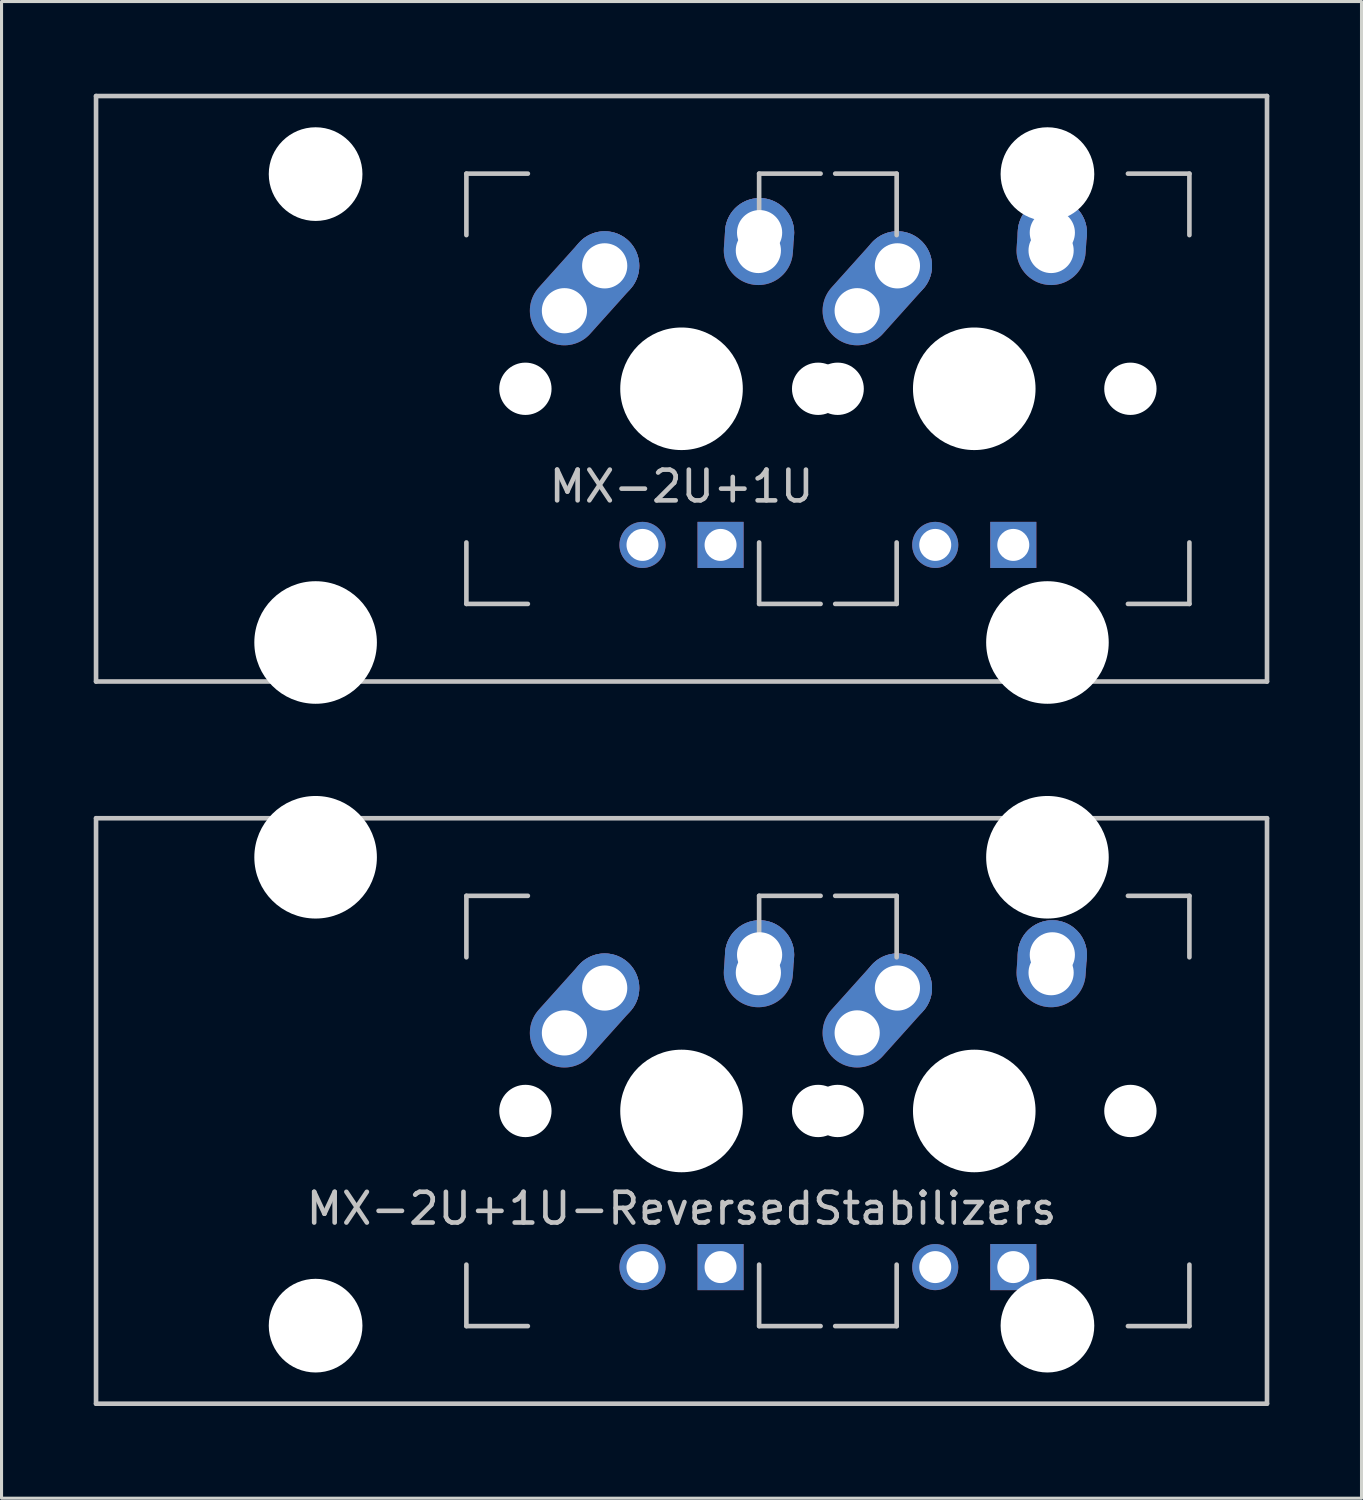
<source format=kicad_pcb>
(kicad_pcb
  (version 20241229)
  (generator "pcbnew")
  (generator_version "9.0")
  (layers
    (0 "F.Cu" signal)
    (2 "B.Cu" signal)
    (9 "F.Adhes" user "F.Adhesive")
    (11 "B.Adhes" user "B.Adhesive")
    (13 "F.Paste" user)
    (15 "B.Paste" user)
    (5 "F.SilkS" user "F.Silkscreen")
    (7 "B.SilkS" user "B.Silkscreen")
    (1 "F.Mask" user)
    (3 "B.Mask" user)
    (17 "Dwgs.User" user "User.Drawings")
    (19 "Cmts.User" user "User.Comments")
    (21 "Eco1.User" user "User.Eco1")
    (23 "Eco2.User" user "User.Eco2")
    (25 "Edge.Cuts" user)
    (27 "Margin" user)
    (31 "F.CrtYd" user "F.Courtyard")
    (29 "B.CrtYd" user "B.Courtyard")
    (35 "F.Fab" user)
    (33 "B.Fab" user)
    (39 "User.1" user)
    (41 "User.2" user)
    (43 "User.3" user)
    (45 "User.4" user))
  (footprint "MX-2U+1U"
    (layer "F.Cu")
    (at 19.125 9.6)
    (property "Reference" "MX-2U+1U" (at 0 3.175 0) (layer "Dwgs.User") (effects (font (size 1 1) (thickness 0.15))))
    (attr through_hole)
    (fp_line (start -19.05 -9.525) (end 19.05 -9.525) (stroke (width 0.15) (type solid)) (layer "Dwgs.User"))
    (fp_line (start -19.05 9.525) (end -19.05 -9.525) (stroke (width 0.15) (type solid)) (layer "Dwgs.User"))
    (fp_line (start -19.05 9.525) (end 19.05 9.525) (stroke (width 0.15) (type solid)) (layer "Dwgs.User"))
    (fp_line (start -7 -7) (end -7 -5) (stroke (width 0.15) (type solid)) (layer "Dwgs.User"))
    (fp_line (start -7 5) (end -7 7) (stroke (width 0.15) (type solid)) (layer "Dwgs.User"))
    (fp_line (start -7 7) (end -5 7) (stroke (width 0.15) (type solid)) (layer "Dwgs.User"))
    (fp_line (start -5 -7) (end -7 -7) (stroke (width 0.15) (type solid)) (layer "Dwgs.User"))
    (fp_line (start 2.525 -7) (end 2.525 -5) (stroke (width 0.15) (type solid)) (layer "Dwgs.User"))
    (fp_line (start 2.525 5) (end 2.525 7) (stroke (width 0.15) (type solid)) (layer "Dwgs.User"))
    (fp_line (start 2.525 7) (end 4.525 7) (stroke (width 0.15) (type solid)) (layer "Dwgs.User"))
    (fp_line (start 4.525 -7) (end 2.525 -7) (stroke (width 0.15) (type solid)) (layer "Dwgs.User"))
    (fp_line (start 5 -7) (end 7 -7) (stroke (width 0.15) (type solid)) (layer "Dwgs.User"))
    (fp_line (start 5 7) (end 7 7) (stroke (width 0.15) (type solid)) (layer "Dwgs.User"))
    (fp_line (start 7 -7) (end 7 -5) (stroke (width 0.15) (type solid)) (layer "Dwgs.User"))
    (fp_line (start 7 7) (end 7 5) (stroke (width 0.15) (type solid)) (layer "Dwgs.User"))
    (fp_line (start 14.525 -7) (end 16.525 -7) (stroke (width 0.15) (type solid)) (layer "Dwgs.User"))
    (fp_line (start 14.525 7) (end 16.525 7) (stroke (width 0.15) (type solid)) (layer "Dwgs.User"))
    (fp_line (start 16.525 -7) (end 16.525 -5) (stroke (width 0.15) (type solid)) (layer "Dwgs.User"))
    (fp_line (start 16.525 7) (end 16.525 5) (stroke (width 0.15) (type solid)) (layer "Dwgs.User"))
    (fp_line (start 19.05 -9.525) (end 19.05 9.525) (stroke (width 0.15) (type solid)) (layer "Dwgs.User"))
    (pad "" np_thru_hole circle (at -11.906 -6.985) (size 3.048 3.048) (drill 3.048) (layers "*.Cu" "*.Mask"))
    (pad "" np_thru_hole circle (at -11.906 8.255) (size 3.988 3.988) (drill 3.988) (layers "*.Cu" "*.Mask"))
    (pad "" np_thru_hole circle (at -5.08 0 48.1) (size 1.702 1.702) (drill 1.702) (layers "*.Cu" "*.Mask"))
    (pad "" np_thru_hole circle (at 0 0) (size 3.988 3.988) (drill 3.988) (layers "*.Cu" "*.Mask"))
    (pad "" np_thru_hole circle (at 4.445 0 48.1) (size 1.702 1.702) (drill 1.702) (layers "*.Cu" "*.Mask"))
    (pad "" np_thru_hole circle (at 5.08 0 48.1) (size 1.702 1.702) (drill 1.702) (layers "*.Cu" "*.Mask"))
    (pad "" np_thru_hole circle (at 9.525 0) (size 3.988 3.988) (drill 3.988) (layers "*.Cu" "*.Mask"))
    (pad "" np_thru_hole circle (at 11.906 -6.985) (size 3.048 3.048) (drill 3.048) (layers "*.Cu" "*.Mask"))
    (pad "" np_thru_hole circle (at 11.906 8.255) (size 3.988 3.988) (drill 3.988) (layers "*.Cu" "*.Mask"))
    (pad "" np_thru_hole circle (at 14.605 0 48.1) (size 1.702 1.702) (drill 1.702) (layers "*.Cu" "*.Mask"))
    (pad "1" thru_hole oval (at -3.81 -2.54 48.1) (size 4.212 2.25) (drill 1.47 (offset 0.981 0)) (layers "*.Cu" "*.Mask"))
    (pad "1" thru_hole circle (at -2.5 -4) (size 2.25 2.25) (drill 1.47) (layers "*.Cu" "*.Mask"))
    (pad "1" thru_hole oval (at 5.715 -2.54 48.1) (size 4.212 2.25) (drill 1.47 (offset 0.981 0)) (layers "*.Cu" "*.Mask"))
    (pad "1" thru_hole circle (at 7.025 -4) (size 2.25 2.25) (drill 1.47) (layers "*.Cu" "*.Mask"))
    (pad "2" thru_hole oval (at 2.5 -4.5 86.055) (size 2.831 2.25) (drill 1.47 (offset 0.291 0)) (layers "*.Cu" "*.Mask"))
    (pad "2" thru_hole circle (at 2.54 -5.08) (size 2.25 2.25) (drill 1.47) (layers "*.Cu" "*.Mask"))
    (pad "2" thru_hole oval (at 12.025 -4.5 86.055) (size 2.831 2.25) (drill 1.47 (offset 0.291 0)) (layers "*.Cu" "*.Mask"))
    (pad "2" thru_hole circle (at 12.065 -5.08) (size 2.25 2.25) (drill 1.47) (layers "*.Cu" "*.Mask"))
    (pad "3" thru_hole circle (at -1.27 5.08) (size 1.5 1.5) (drill 1.04) (layers "*.Cu" "*.Mask"))
    (pad "3" thru_hole circle (at 8.255 5.08) (size 1.5 1.5) (drill 1.04) (layers "*.Cu" "*.Mask"))
    (pad "4" thru_hole rect (at 1.27 5.08) (size 1.5 1.5) (drill 1.04) (layers "*.Cu" "*.Mask"))
    (pad "4" thru_hole rect (at 10.795 5.08) (size 1.5 1.5) (drill 1.04) (layers "*.Cu" "*.Mask")))
  (footprint "MX-2U+1U-ReversedStabilizers"
    (layer "F.Cu")
    (at 19.125 33.098)
    (property "Reference" "MX-2U+1U-ReversedStabilizers" (at 0 3.175 0) (layer "Dwgs.User") (effects (font (size 1 1) (thickness 0.15))))
    (attr through_hole)
    (fp_line (start -19.05 -9.525) (end 19.05 -9.525) (stroke (width 0.15) (type solid)) (layer "Dwgs.User"))
    (fp_line (start -19.05 9.525) (end -19.05 -9.525) (stroke (width 0.15) (type solid)) (layer "Dwgs.User"))
    (fp_line (start -19.05 9.525) (end 19.05 9.525) (stroke (width 0.15) (type solid)) (layer "Dwgs.User"))
    (fp_line (start -7 -7) (end -7 -5) (stroke (width 0.15) (type solid)) (layer "Dwgs.User"))
    (fp_line (start -7 5) (end -7 7) (stroke (width 0.15) (type solid)) (layer "Dwgs.User"))
    (fp_line (start -7 7) (end -5 7) (stroke (width 0.15) (type solid)) (layer "Dwgs.User"))
    (fp_line (start -5 -7) (end -7 -7) (stroke (width 0.15) (type solid)) (layer "Dwgs.User"))
    (fp_line (start 2.525 -7) (end 2.525 -5) (stroke (width 0.15) (type solid)) (layer "Dwgs.User"))
    (fp_line (start 2.525 5) (end 2.525 7) (stroke (width 0.15) (type solid)) (layer "Dwgs.User"))
    (fp_line (start 2.525 7) (end 4.525 7) (stroke (width 0.15) (type solid)) (layer "Dwgs.User"))
    (fp_line (start 4.525 -7) (end 2.525 -7) (stroke (width 0.15) (type solid)) (layer "Dwgs.User"))
    (fp_line (start 5 -7) (end 7 -7) (stroke (width 0.15) (type solid)) (layer "Dwgs.User"))
    (fp_line (start 5 7) (end 7 7) (stroke (width 0.15) (type solid)) (layer "Dwgs.User"))
    (fp_line (start 7 -7) (end 7 -5) (stroke (width 0.15) (type solid)) (layer "Dwgs.User"))
    (fp_line (start 7 7) (end 7 5) (stroke (width 0.15) (type solid)) (layer "Dwgs.User"))
    (fp_line (start 14.525 -7) (end 16.525 -7) (stroke (width 0.15) (type solid)) (layer "Dwgs.User"))
    (fp_line (start 14.525 7) (end 16.525 7) (stroke (width 0.15) (type solid)) (layer "Dwgs.User"))
    (fp_line (start 16.525 -7) (end 16.525 -5) (stroke (width 0.15) (type solid)) (layer "Dwgs.User"))
    (fp_line (start 16.525 7) (end 16.525 5) (stroke (width 0.15) (type solid)) (layer "Dwgs.User"))
    (fp_line (start 19.05 -9.525) (end 19.05 9.525) (stroke (width 0.15) (type solid)) (layer "Dwgs.User"))
    (pad "" np_thru_hole circle (at -11.906 -8.255) (size 3.988 3.988) (drill 3.988) (layers "*.Cu" "*.Mask"))
    (pad "" np_thru_hole circle (at -11.906 6.985) (size 3.048 3.048) (drill 3.048) (layers "*.Cu" "*.Mask"))
    (pad "" np_thru_hole circle (at -5.08 0 48.1) (size 1.702 1.702) (drill 1.702) (layers "*.Cu" "*.Mask"))
    (pad "" np_thru_hole circle (at 0 0) (size 3.988 3.988) (drill 3.988) (layers "*.Cu" "*.Mask"))
    (pad "" np_thru_hole circle (at 4.445 0 48.1) (size 1.702 1.702) (drill 1.702) (layers "*.Cu" "*.Mask"))
    (pad "" np_thru_hole circle (at 5.08 0 48.1) (size 1.702 1.702) (drill 1.702) (layers "*.Cu" "*.Mask"))
    (pad "" np_thru_hole circle (at 9.525 0) (size 3.988 3.988) (drill 3.988) (layers "*.Cu" "*.Mask"))
    (pad "" np_thru_hole circle (at 11.906 -8.255) (size 3.988 3.988) (drill 3.988) (layers "*.Cu" "*.Mask"))
    (pad "" np_thru_hole circle (at 11.906 6.985) (size 3.048 3.048) (drill 3.048) (layers "*.Cu" "*.Mask"))
    (pad "" np_thru_hole circle (at 14.605 0 48.1) (size 1.702 1.702) (drill 1.702) (layers "*.Cu" "*.Mask"))
    (pad "1" thru_hole oval (at -3.81 -2.54 48.1) (size 4.212 2.25) (drill 1.47 (offset 0.981 0)) (layers "*.Cu" "*.Mask"))
    (pad "1" thru_hole circle (at -2.5 -4) (size 2.25 2.25) (drill 1.47) (layers "*.Cu" "*.Mask"))
    (pad "1" thru_hole oval (at 5.715 -2.54 48.1) (size 4.212 2.25) (drill 1.47 (offset 0.981 0)) (layers "*.Cu" "*.Mask"))
    (pad "1" thru_hole circle (at 7.025 -4) (size 2.25 2.25) (drill 1.47) (layers "*.Cu" "*.Mask"))
    (pad "2" thru_hole oval (at 2.5 -4.5 86.055) (size 2.831 2.25) (drill 1.47 (offset 0.291 0)) (layers "*.Cu" "*.Mask"))
    (pad "2" thru_hole circle (at 2.54 -5.08) (size 2.25 2.25) (drill 1.47) (layers "*.Cu" "*.Mask"))
    (pad "2" thru_hole oval (at 12.025 -4.5 86.055) (size 2.831 2.25) (drill 1.47 (offset 0.291 0)) (layers "*.Cu" "*.Mask"))
    (pad "2" thru_hole circle (at 12.065 -5.08) (size 2.25 2.25) (drill 1.47) (layers "*.Cu" "*.Mask"))
    (pad "3" thru_hole circle (at -1.27 5.08) (size 1.5 1.5) (drill 1.04) (layers "*.Cu" "*.Mask"))
    (pad "3" thru_hole circle (at 8.255 5.08) (size 1.5 1.5) (drill 1.04) (layers "*.Cu" "*.Mask"))
    (pad "4" thru_hole rect (at 1.27 5.08) (size 1.5 1.5) (drill 1.04) (layers "*.Cu" "*.Mask"))
    (pad "4" thru_hole rect (at 10.795 5.08) (size 1.5 1.5) (drill 1.04) (layers "*.Cu" "*.Mask")))
  (gr_rect
    (start -3 -3)
    (end 41.25 45.698)
    (stroke (width 0.1) (type default))
    (fill no)
    (layer "Edge.Cuts")))
</source>
